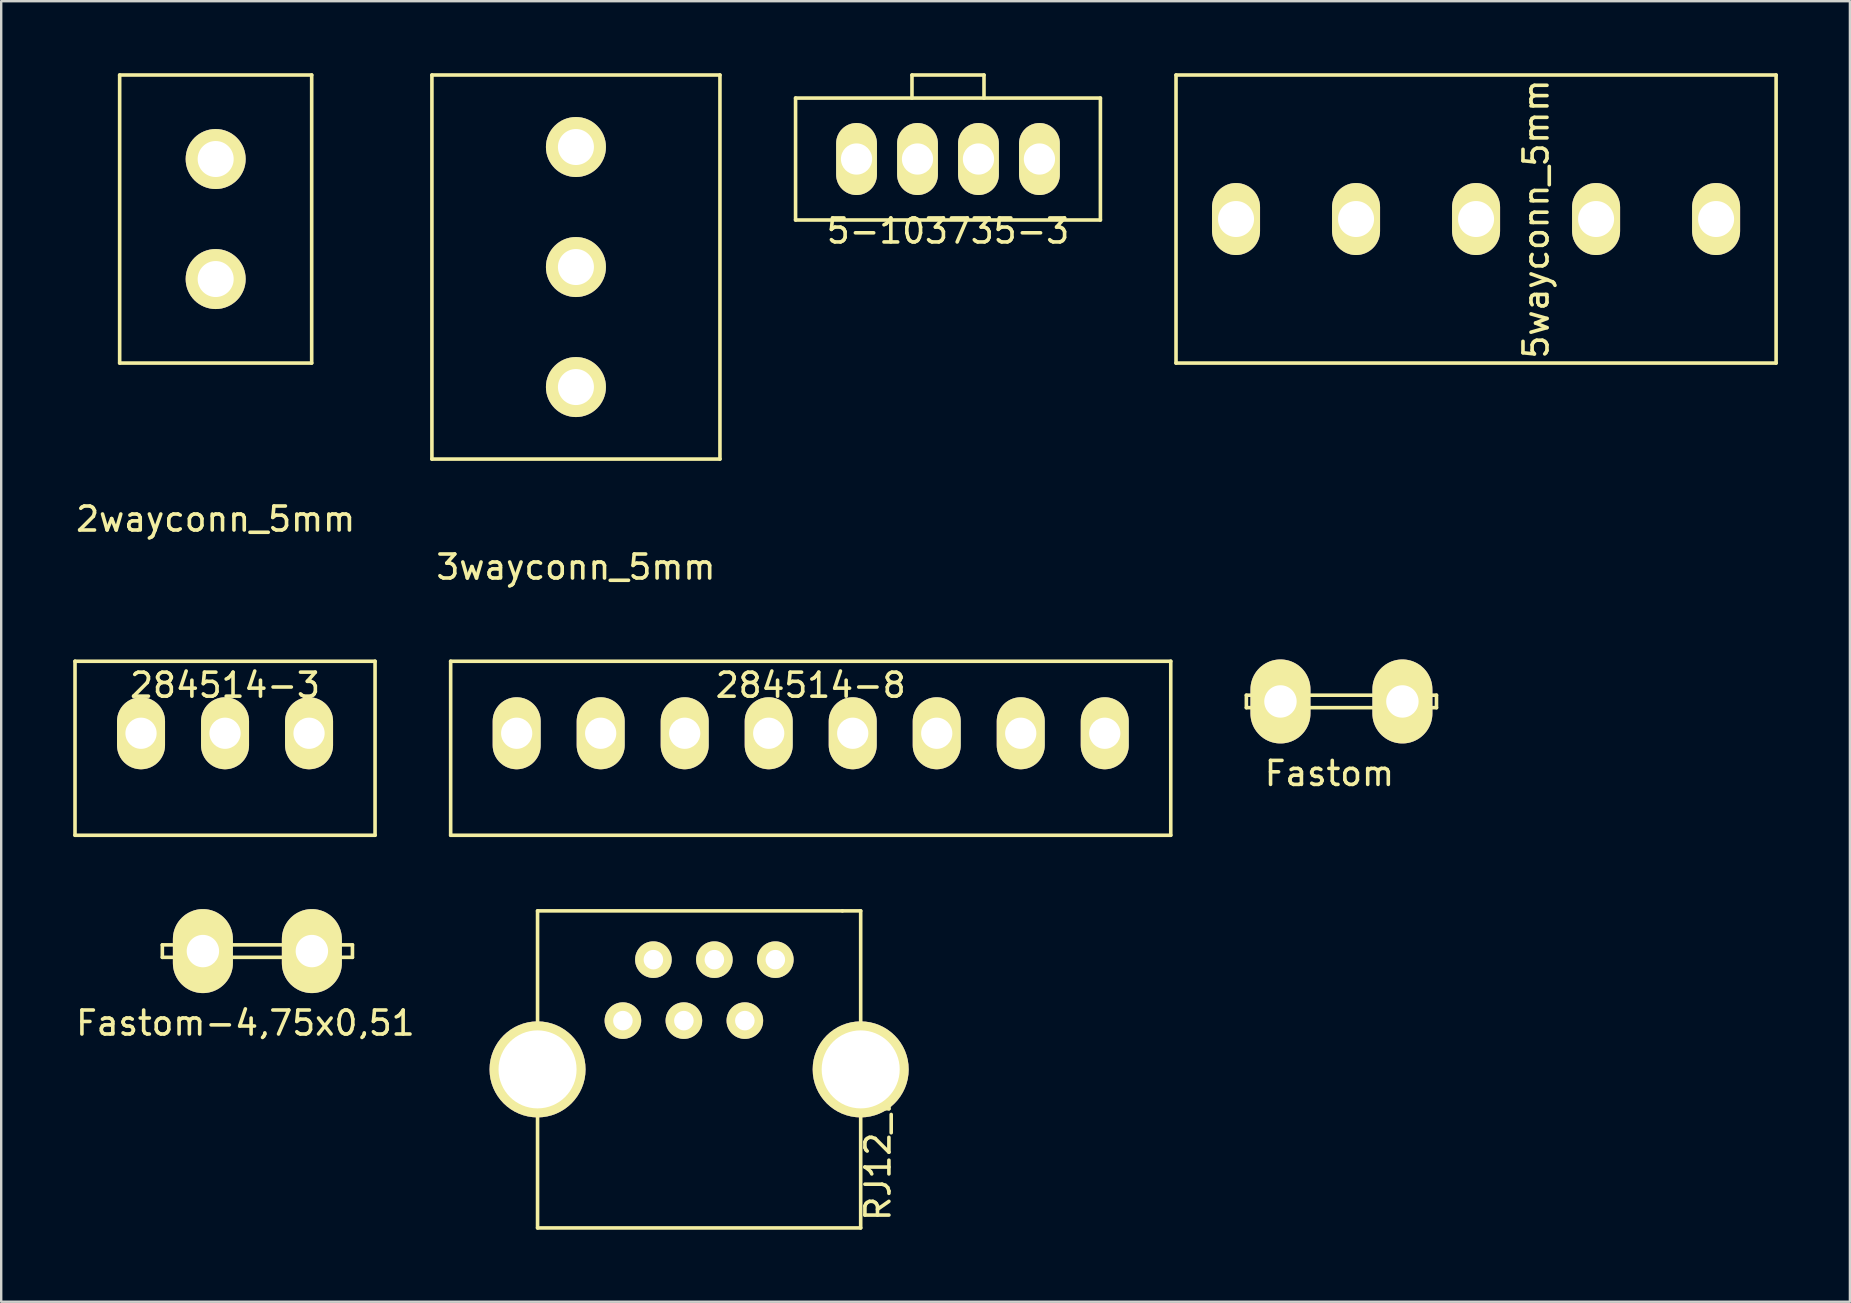
<source format=kicad_pcb>
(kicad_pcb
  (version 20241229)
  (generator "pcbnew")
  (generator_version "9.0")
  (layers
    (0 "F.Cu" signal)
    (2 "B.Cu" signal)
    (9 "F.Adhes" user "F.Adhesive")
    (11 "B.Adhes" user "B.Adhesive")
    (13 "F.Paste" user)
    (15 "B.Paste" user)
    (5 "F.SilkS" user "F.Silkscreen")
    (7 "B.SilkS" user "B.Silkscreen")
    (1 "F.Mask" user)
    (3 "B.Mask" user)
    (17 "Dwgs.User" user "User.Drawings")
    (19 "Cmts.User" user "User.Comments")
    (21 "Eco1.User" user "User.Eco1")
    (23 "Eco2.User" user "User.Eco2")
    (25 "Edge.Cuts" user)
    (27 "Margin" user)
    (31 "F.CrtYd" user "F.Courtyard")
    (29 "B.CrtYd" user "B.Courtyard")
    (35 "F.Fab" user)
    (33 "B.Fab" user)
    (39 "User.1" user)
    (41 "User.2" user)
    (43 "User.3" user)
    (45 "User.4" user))
  (footprint "284514-8"
    (layer "F.Cu")
    (at 30.725 27.498)
    (property "Reference" "284514-8" (at 0 -2 0) (layer "F.SilkS") (effects (font (size 1 1) (thickness 0.15))))
    (attr through_hole)
    (fp_line (start -15 -3) (end -15 4.25) (stroke (width 0.15) (type solid)) (layer "F.SilkS"))
    (fp_line (start -15 -3) (end 15 -3) (stroke (width 0.15) (type solid)) (layer "F.SilkS"))
    (fp_line (start -15 4.25) (end 15 4.25) (stroke (width 0.15) (type solid)) (layer "F.SilkS"))
    (fp_line (start 15 -3) (end 15 4.25) (stroke (width 0.15) (type solid)) (layer "F.SilkS"))
    (pad "1" thru_hole oval (at -12.25 0) (size 2 3) (drill 1.3) (layers "*.Cu" "*.Mask" "F.SilkS"))
    (pad "2" thru_hole oval (at -8.75 0) (size 2 3) (drill 1.3) (layers "*.Cu" "*.Mask" "F.SilkS"))
    (pad "3" thru_hole oval (at -5.25 0) (size 2 3) (drill 1.3) (layers "*.Cu" "*.Mask" "F.SilkS"))
    (pad "4" thru_hole oval (at -1.75 0) (size 2 3) (drill 1.3) (layers "*.Cu" "*.Mask" "F.SilkS"))
    (pad "5" thru_hole oval (at 1.75 0) (size 2 3) (drill 1.3) (layers "*.Cu" "*.Mask" "F.SilkS"))
    (pad "6" thru_hole oval (at 5.25 0) (size 2 3) (drill 1.3) (layers "*.Cu" "*.Mask" "F.SilkS"))
    (pad "7" thru_hole oval (at 8.75 0) (size 2 3) (drill 1.3) (layers "*.Cu" "*.Mask" "F.SilkS"))
    (pad "8" thru_hole oval (at 12.25 0) (size 2 3) (drill 1.3) (layers "*.Cu" "*.Mask" "F.SilkS")))
  (footprint "2wayconn_5mm"
    (layer "F.Cu")
    (at 5.935 6.075)
    (property "Reference" "2wayconn_5mm" (at 0 12.5 0) (layer "F.SilkS") (effects (font (size 1 1) (thickness 0.15))))
    (attr through_hole)
    (fp_line (start -4 -6) (end 4 -6) (stroke (width 0.15) (type solid)) (layer "F.SilkS"))
    (fp_line (start -4 6) (end -4 -6) (stroke (width 0.15) (type solid)) (layer "F.SilkS"))
    (fp_line (start 4 -6) (end 4 6) (stroke (width 0.15) (type solid)) (layer "F.SilkS"))
    (fp_line (start 4 6) (end -4 6) (stroke (width 0.15) (type solid)) (layer "F.SilkS"))
    (pad "1" thru_hole circle (at 0 -2.5) (size 2.5 2.5) (drill 1.5) (layers "*.Cu" "*.Mask" "F.SilkS"))
    (pad "2" thru_hole circle (at 0 2.5) (size 2.5 2.5) (drill 1.5) (layers "*.Cu" "*.Mask" "F.SilkS")))
  (footprint "RJ12_E"
    (layer "F.Cu")
    (at 26.203 45.82)
    (property "Reference" "RJ12_E" (at 7.325 -0.678 270) (layer "F.SilkS") (effects (font (size 1 1) (thickness 0.15))))
    (attr through_hole)
    (fp_line (start -6.858 -10.922) (end -6.858 2.286) (stroke (width 0.15) (type solid)) (layer "F.SilkS"))
    (fp_line (start -6.858 -10.922) (end 5.842 -10.922) (stroke (width 0.15) (type solid)) (layer "F.SilkS"))
    (fp_line (start -6.858 2.286) (end 6.604 2.286) (stroke (width 0.15) (type solid)) (layer "F.SilkS"))
    (fp_line (start 5.842 -10.922) (end 6.604 -10.922) (stroke (width 0.15) (type solid)) (layer "F.SilkS"))
    (fp_line (start 6.604 -10.922) (end 6.604 2.286) (stroke (width 0.15) (type solid)) (layer "F.SilkS"))
    (pad "1" thru_hole circle (at -3.302 -6.35) (size 1.524 1.524) (drill 0.813) (layers "*.Cu" "*.Mask" "F.SilkS"))
    (pad "2" thru_hole circle (at -2.032 -8.89) (size 1.524 1.524) (drill 0.813) (layers "*.Cu" "*.Mask" "F.SilkS"))
    (pad "3" thru_hole circle (at -0.762 -6.35) (size 1.524 1.524) (drill 0.813) (layers "*.Cu" "*.Mask" "F.SilkS"))
    (pad "4" thru_hole circle (at 0.508 -8.89) (size 1.524 1.524) (drill 0.813) (layers "*.Cu" "*.Mask" "F.SilkS"))
    (pad "5" thru_hole circle (at 1.778 -6.35) (size 1.524 1.524) (drill 0.813) (layers "*.Cu" "*.Mask" "F.SilkS"))
    (pad "6" thru_hole circle (at 3.048 -8.89) (size 1.524 1.524) (drill 0.813) (layers "*.Cu" "*.Mask" "F.SilkS"))
    (pad "7" thru_hole circle (at -6.858 -4.318) (size 4 4) (drill 3.25) (layers "*.Cu" "*.Mask" "F.SilkS"))
    (pad "8" thru_hole circle (at 6.604 -4.318) (size 4 4) (drill 3.25) (layers "*.Cu" "*.Mask" "F.SilkS")))
  (footprint "284514-3"
    (layer "F.Cu")
    (at 6.325 27.498)
    (property "Reference" "284514-3" (at 0 -2 0) (layer "F.SilkS") (effects (font (size 1 1) (thickness 0.15))))
    (attr through_hole)
    (fp_line (start -6.25 -3) (end -6.25 4.25) (stroke (width 0.15) (type solid)) (layer "F.SilkS"))
    (fp_line (start -6.25 -3) (end 6.25 -3) (stroke (width 0.15) (type solid)) (layer "F.SilkS"))
    (fp_line (start -6.25 4.25) (end 6.25 4.25) (stroke (width 0.15) (type solid)) (layer "F.SilkS"))
    (fp_line (start 6.25 -3) (end 6.25 4.25) (stroke (width 0.15) (type solid)) (layer "F.SilkS"))
    (pad "1" thru_hole oval (at -3.5 0) (size 2 3) (drill 1.3) (layers "*.Cu" "*.Mask" "F.SilkS"))
    (pad "2" thru_hole oval (at 0 0) (size 2 3) (drill 1.3) (layers "*.Cu" "*.Mask" "F.SilkS"))
    (pad "3" thru_hole oval (at 3.5 0) (size 2 3) (drill 1.3) (layers "*.Cu" "*.Mask" "F.SilkS")))
  (footprint "Fastom"
    (layer "F.Cu")
    (at 52.835 26.173)
    (property "Reference" "Fastom" (at -0.5 3 0) (layer "F.SilkS") (effects (font (size 1 1) (thickness 0.15))))
    (attr through_hole)
    (fp_line (start -3.96 -0.26) (end 3.96 -0.26) (stroke (width 0.15) (type solid)) (layer "F.SilkS"))
    (fp_line (start -3.96 0.26) (end -3.96 -0.26) (stroke (width 0.15) (type solid)) (layer "F.SilkS"))
    (fp_line (start 3.96 -0.26) (end 3.96 0.26) (stroke (width 0.15) (type solid)) (layer "F.SilkS"))
    (fp_line (start 3.96 0.26) (end -3.96 0.26) (stroke (width 0.15) (type solid)) (layer "F.SilkS"))
    (pad "1" thru_hole oval (at -2.54 0) (size 2.5 3.5) (drill 1.35) (layers "*.Cu" "*.Mask" "F.SilkS"))
    (pad "1" thru_hole oval (at 2.54 0) (size 2.5 3.5) (drill 1.35) (layers "*.Cu" "*.Mask" "F.SilkS")))
  (footprint "Fastom-4,75x0,51"
    (layer "F.Cu")
    (at 7.673 36.573)
    (property "Reference" "Fastom-4,75x0,51" (at -0.5 3 0) (layer "F.SilkS") (effects (font (size 1 1) (thickness 0.15))))
    (attr through_hole)
    (fp_line (start -3.96 -0.26) (end 3.96 -0.26) (stroke (width 0.15) (type solid)) (layer "F.SilkS"))
    (fp_line (start -3.96 0.26) (end -3.96 -0.26) (stroke (width 0.15) (type solid)) (layer "F.SilkS"))
    (fp_line (start 3.96 -0.26) (end 3.96 0.26) (stroke (width 0.15) (type solid)) (layer "F.SilkS"))
    (fp_line (start 3.96 0.26) (end -3.96 0.26) (stroke (width 0.15) (type solid)) (layer "F.SilkS"))
    (pad "1" thru_hole oval (at -2.27 0) (size 2.5 3.5) (drill 1.35) (layers "*.Cu" "*.Mask" "F.SilkS"))
    (pad "1" thru_hole oval (at 2.27 0) (size 2.5 3.5) (drill 1.35) (layers "*.Cu" "*.Mask" "F.SilkS")))
  (footprint "5wayconn_5mm"
    (layer "F.Cu")
    (at 58.444 6.075)
    (property "Reference" "5wayconn_5mm" (at 2.5 0 90) (layer "F.SilkS") (effects (font (size 1 1) (thickness 0.15))))
    (attr through_hole)
    (fp_line (start -12.5 -6) (end 12.5 -6) (stroke (width 0.15) (type solid)) (layer "F.SilkS"))
    (fp_line (start -12.5 6) (end -12.5 -6) (stroke (width 0.15) (type solid)) (layer "F.SilkS"))
    (fp_line (start 12.5 -6) (end 12.5 6) (stroke (width 0.15) (type solid)) (layer "F.SilkS"))
    (fp_line (start 12.5 6) (end -12.5 6) (stroke (width 0.15) (type solid)) (layer "F.SilkS"))
    (pad "1" thru_hole oval (at -10 0 180) (size 2 3) (drill 1.5) (layers "*.Cu" "*.Mask" "F.SilkS"))
    (pad "2" thru_hole oval (at -5 0 180) (size 2 3) (drill 1.5) (layers "*.Cu" "*.Mask" "F.SilkS"))
    (pad "3" thru_hole oval (at 0 0 180) (size 2 3) (drill 1.5) (layers "*.Cu" "*.Mask" "F.SilkS"))
    (pad "4" thru_hole oval (at 5 0 180) (size 2 3) (drill 1.5) (layers "*.Cu" "*.Mask" "F.SilkS"))
    (pad "5" thru_hole oval (at 10 0 180) (size 2 3) (drill 1.5) (layers "*.Cu" "*.Mask" "F.SilkS")))
  (footprint "3wayconn_5mm"
    (layer "F.Cu")
    (at 20.944 8.075)
    (property "Reference" "3wayconn_5mm" (at 0 12.5 0) (layer "F.SilkS") (effects (font (size 1 1) (thickness 0.15))))
    (attr through_hole)
    (fp_line (start -6 -8) (end 6 -8) (stroke (width 0.15) (type solid)) (layer "F.SilkS"))
    (fp_line (start -6 8) (end -6 -8) (stroke (width 0.15) (type solid)) (layer "F.SilkS"))
    (fp_line (start 6 -8) (end 6 8) (stroke (width 0.15) (type solid)) (layer "F.SilkS"))
    (fp_line (start 6 8) (end -6 8) (stroke (width 0.15) (type solid)) (layer "F.SilkS"))
    (pad "1" thru_hole circle (at 0 -5) (size 2.5 2.5) (drill 1.5) (layers "*.Cu" "*.Mask" "F.SilkS"))
    (pad "2" thru_hole circle (at 0 0) (size 2.5 2.5) (drill 1.5) (layers "*.Cu" "*.Mask" "F.SilkS"))
    (pad "3" thru_hole circle (at 0 5) (size 2.5 2.5) (drill 1.5) (layers "*.Cu" "*.Mask" "F.SilkS")))
  (footprint "5-103735-3"
    (layer "F.Cu")
    (at 36.444 3.575)
    (property "Reference" "5-103735-3" (at 0 3 0) (layer "F.SilkS") (effects (font (size 1 1) (thickness 0.15))))
    (attr through_hole)
    (fp_line (start -6.35 -2.54) (end 6.35 -2.54) (stroke (width 0.15) (type solid)) (layer "F.SilkS"))
    (fp_line (start -6.35 2.54) (end -6.35 -2.54) (stroke (width 0.15) (type solid)) (layer "F.SilkS"))
    (fp_line (start -1.5 -3.5) (end -1.5 -2.54) (stroke (width 0.15) (type solid)) (layer "F.SilkS"))
    (fp_line (start -1.5 -3.5) (end 1.5 -3.5) (stroke (width 0.15) (type solid)) (layer "F.SilkS"))
    (fp_line (start 1.5 -3.5) (end 1.5 -2.54) (stroke (width 0.15) (type solid)) (layer "F.SilkS"))
    (fp_line (start 6.35 -2.54) (end 6.35 2.54) (stroke (width 0.15) (type solid)) (layer "F.SilkS"))
    (fp_line (start 6.35 2.54) (end -6.35 2.54) (stroke (width 0.15) (type solid)) (layer "F.SilkS"))
    (pad "1" thru_hole oval (at 3.81 0) (size 1.7 3) (drill 1.3) (layers "*.Cu" "*.Mask" "F.SilkS"))
    (pad "2" thru_hole oval (at 1.27 0) (size 1.7 3) (drill 1.3) (layers "*.Cu" "*.Mask" "F.SilkS"))
    (pad "3" thru_hole oval (at -1.27 0) (size 1.7 3) (drill 1.3) (layers "*.Cu" "*.Mask" "F.SilkS"))
    (pad "4" thru_hole oval (at -3.81 0) (size 1.7 3) (drill 1.3) (layers "*.Cu" "*.Mask" "F.SilkS")))
  (gr_rect
    (start -3 -3)
    (end 74.019 51.181)
    (stroke (width 0.1) (type default))
    (fill no)
    (layer "Edge.Cuts")))
</source>
